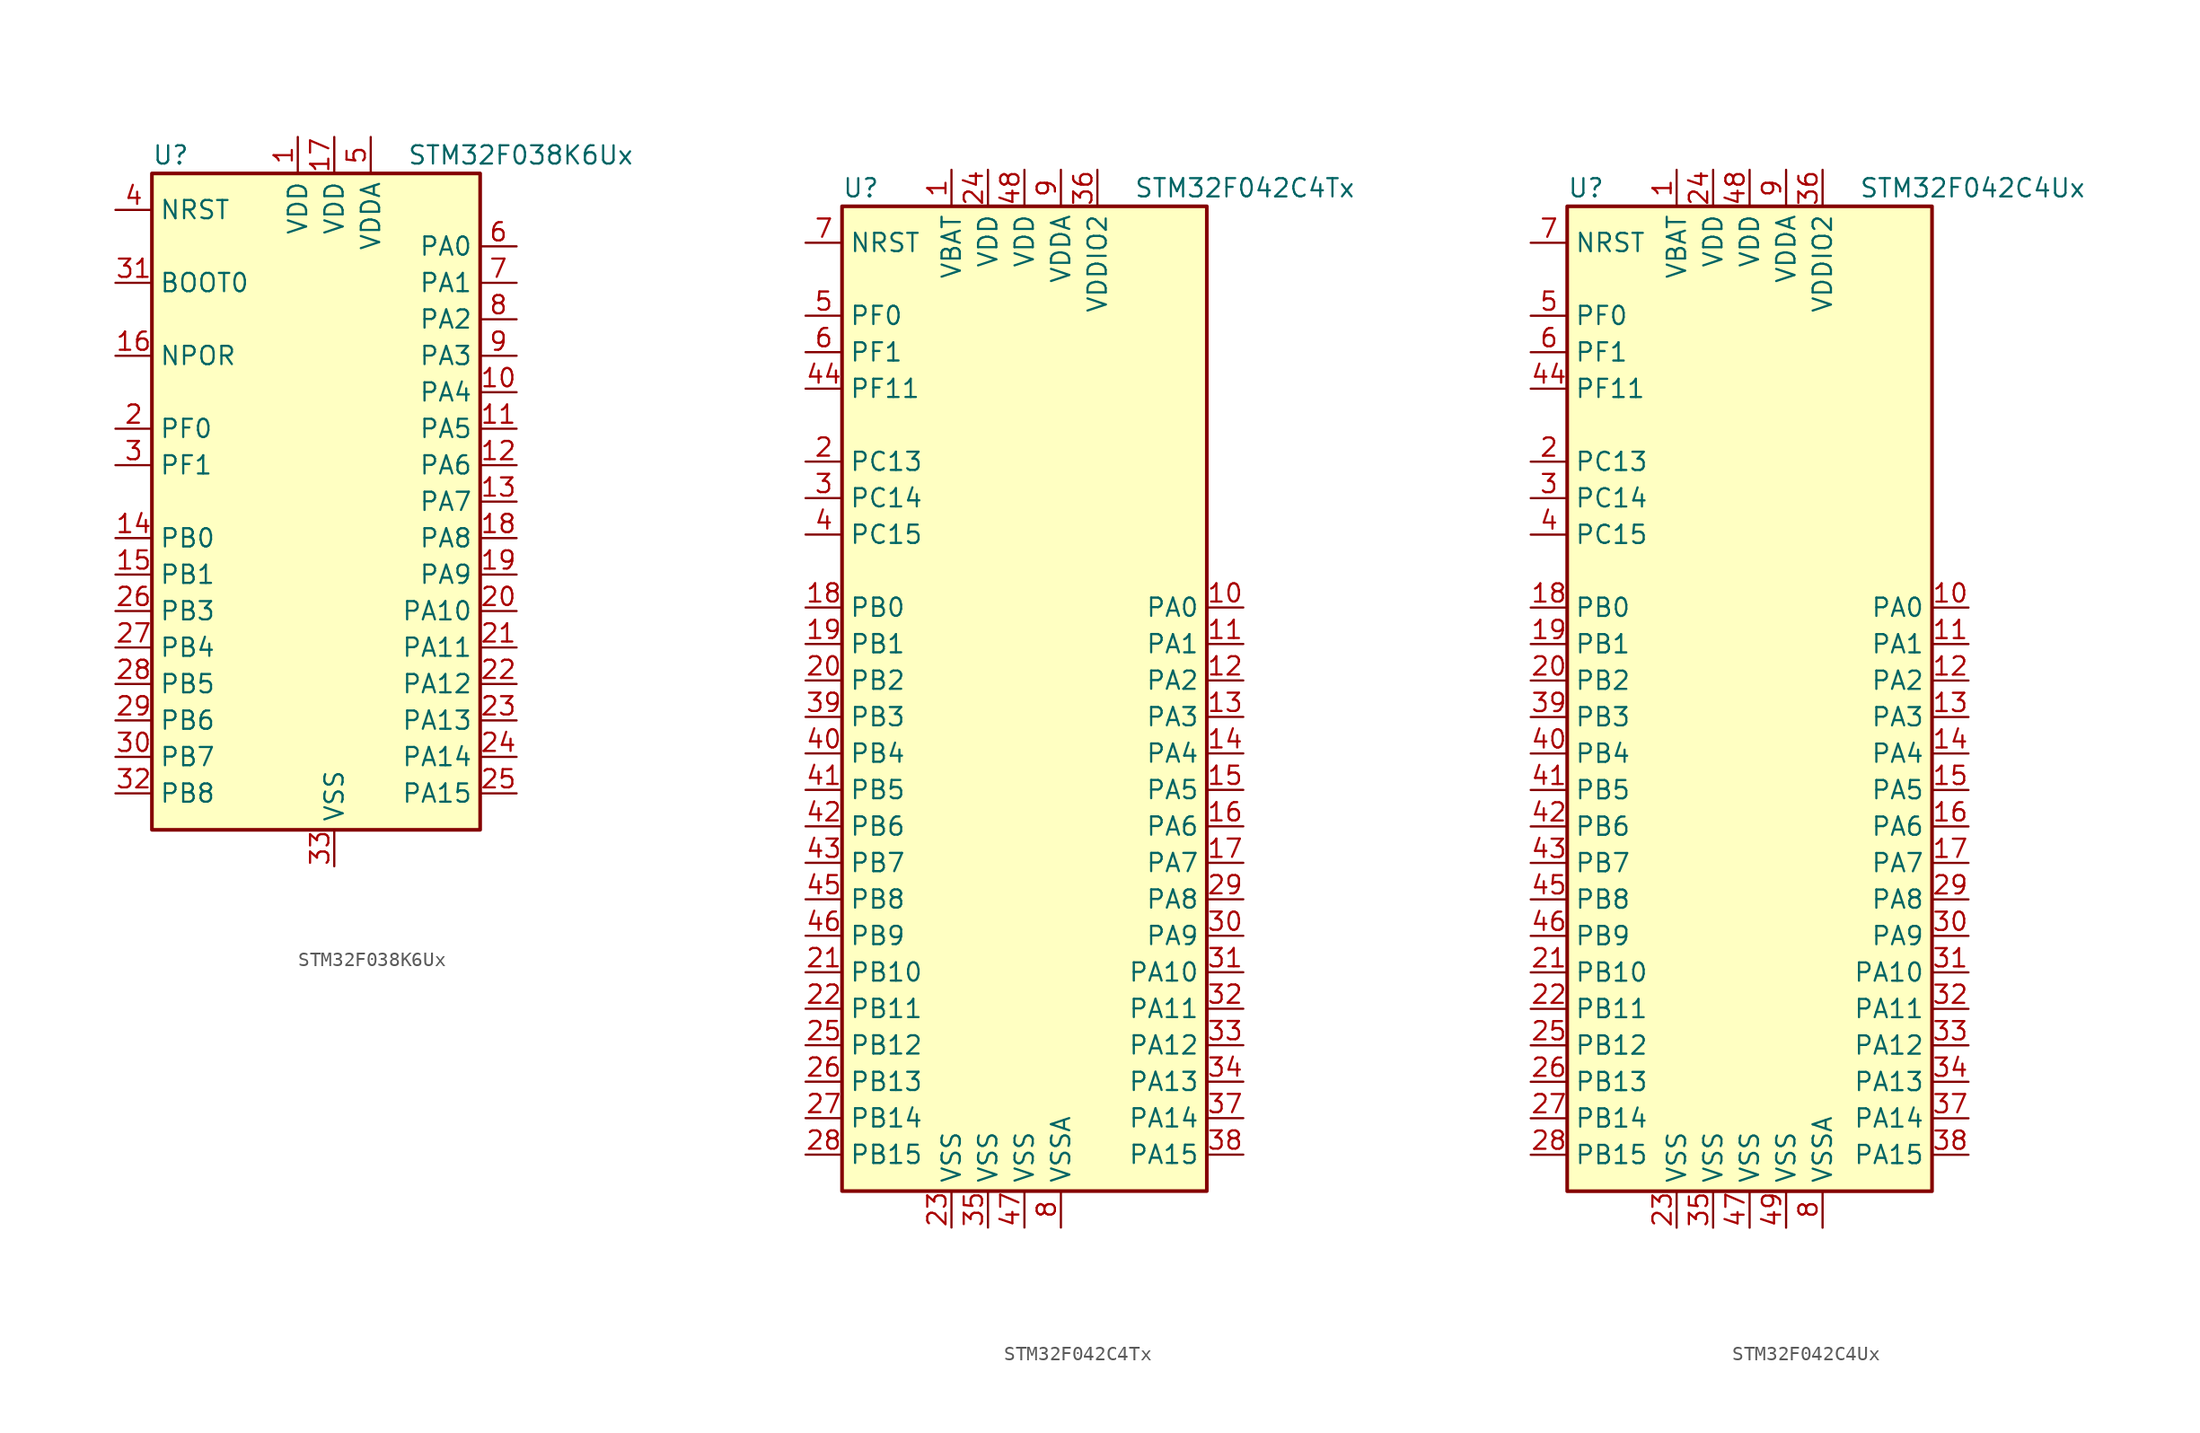
<source format=kicad_sym>
(kicad_symbol_lib
  (version 20211014)
  (generator kicad_symbol_editor)
  (symbol "STM32F038K6Ux"
    (property "Reference" "U"
      (at -12.7 24.13 0)
      (effects (font (size 1.27 1.27)) (justify left)))
    (property "Value" "STM32F038K6Ux"
      (at 5.08 24.13 0)
      (effects (font (size 1.27 1.27)) (justify left)))
    (symbol "STM32F038K6Ux_0_1"
      (rectangle (start -12.7 -22.86) (end 10.16 22.86) (stroke (width 0.254) (type default) (color 0 0 0 0)) (fill (type background))))
    (symbol "STM32F038K6Ux_1_1"
      (pin power_in line (at -2.54 25.4 270) (length 2.54) (name "VDD" (effects (font (size 1.27 1.27)))) (number "1" (effects (font (size 1.27 1.27)))))
      (pin bidirectional line (at 12.7 7.62 180) (length 2.54) (name "PA4" (effects (font (size 1.27 1.27)))) (number "10" (effects (font (size 1.27 1.27)))))
      (pin bidirectional line (at 12.7 5.08 180) (length 2.54) (name "PA5" (effects (font (size 1.27 1.27)))) (number "11" (effects (font (size 1.27 1.27)))))
      (pin bidirectional line (at 12.7 2.54 180) (length 2.54) (name "PA6" (effects (font (size 1.27 1.27)))) (number "12" (effects (font (size 1.27 1.27)))))
      (pin bidirectional line (at 12.7 0 180) (length 2.54) (name "PA7" (effects (font (size 1.27 1.27)))) (number "13" (effects (font (size 1.27 1.27)))))
      (pin bidirectional line (at -15.24 -2.54 0) (length 2.54) (name "PB0" (effects (font (size 1.27 1.27)))) (number "14" (effects (font (size 1.27 1.27)))))
      (pin bidirectional line (at -15.24 -5.08 0) (length 2.54) (name "PB1" (effects (font (size 1.27 1.27)))) (number "15" (effects (font (size 1.27 1.27)))))
      (pin power_in line (at -15.24 10.16 0) (length 2.54) (name "NPOR" (effects (font (size 1.27 1.27)))) (number "16" (effects (font (size 1.27 1.27)))))
      (pin power_in line (at 0 25.4 270) (length 2.54) (name "VDD" (effects (font (size 1.27 1.27)))) (number "17" (effects (font (size 1.27 1.27)))))
      (pin bidirectional line (at 12.7 -2.54 180) (length 2.54) (name "PA8" (effects (font (size 1.27 1.27)))) (number "18" (effects (font (size 1.27 1.27)))))
      (pin bidirectional line (at 12.7 -5.08 180) (length 2.54) (name "PA9" (effects (font (size 1.27 1.27)))) (number "19" (effects (font (size 1.27 1.27)))))
      (pin input line (at -15.24 5.08 0) (length 2.54) (name "PF0" (effects (font (size 1.27 1.27)))) (number "2" (effects (font (size 1.27 1.27)))))
      (pin bidirectional line (at 12.7 -7.62 180) (length 2.54) (name "PA10" (effects (font (size 1.27 1.27)))) (number "20" (effects (font (size 1.27 1.27)))))
      (pin bidirectional line (at 12.7 -10.16 180) (length 2.54) (name "PA11" (effects (font (size 1.27 1.27)))) (number "21" (effects (font (size 1.27 1.27)))))
      (pin bidirectional line (at 12.7 -12.7 180) (length 2.54) (name "PA12" (effects (font (size 1.27 1.27)))) (number "22" (effects (font (size 1.27 1.27)))))
      (pin bidirectional line (at 12.7 -15.24 180) (length 2.54) (name "PA13" (effects (font (size 1.27 1.27)))) (number "23" (effects (font (size 1.27 1.27)))))
      (pin bidirectional line (at 12.7 -17.78 180) (length 2.54) (name "PA14" (effects (font (size 1.27 1.27)))) (number "24" (effects (font (size 1.27 1.27)))))
      (pin bidirectional line (at 12.7 -20.32 180) (length 2.54) (name "PA15" (effects (font (size 1.27 1.27)))) (number "25" (effects (font (size 1.27 1.27)))))
      (pin bidirectional line (at -15.24 -7.62 0) (length 2.54) (name "PB3" (effects (font (size 1.27 1.27)))) (number "26" (effects (font (size 1.27 1.27)))))
      (pin bidirectional line (at -15.24 -10.16 0) (length 2.54) (name "PB4" (effects (font (size 1.27 1.27)))) (number "27" (effects (font (size 1.27 1.27)))))
      (pin bidirectional line (at -15.24 -12.7 0) (length 2.54) (name "PB5" (effects (font (size 1.27 1.27)))) (number "28" (effects (font (size 1.27 1.27)))))
      (pin bidirectional line (at -15.24 -15.24 0) (length 2.54) (name "PB6" (effects (font (size 1.27 1.27)))) (number "29" (effects (font (size 1.27 1.27)))))
      (pin input line (at -15.24 2.54 0) (length 2.54) (name "PF1" (effects (font (size 1.27 1.27)))) (number "3" (effects (font (size 1.27 1.27)))))
      (pin bidirectional line (at -15.24 -17.78 0) (length 2.54) (name "PB7" (effects (font (size 1.27 1.27)))) (number "30" (effects (font (size 1.27 1.27)))))
      (pin input line (at -15.24 15.24 0) (length 2.54) (name "BOOT0" (effects (font (size 1.27 1.27)))) (number "31" (effects (font (size 1.27 1.27)))))
      (pin bidirectional line (at -15.24 -20.32 0) (length 2.54) (name "PB8" (effects (font (size 1.27 1.27)))) (number "32" (effects (font (size 1.27 1.27)))))
      (pin power_in line (at 0 -25.4 90) (length 2.54) (name "VSS" (effects (font (size 1.27 1.27)))) (number "33" (effects (font (size 1.27 1.27)))))
      (pin input line (at -15.24 20.32 0) (length 2.54) (name "NRST" (effects (font (size 1.27 1.27)))) (number "4" (effects (font (size 1.27 1.27)))))
      (pin power_in line (at 2.54 25.4 270) (length 2.54) (name "VDDA" (effects (font (size 1.27 1.27)))) (number "5" (effects (font (size 1.27 1.27)))))
      (pin bidirectional line (at 12.7 17.78 180) (length 2.54) (name "PA0" (effects (font (size 1.27 1.27)))) (number "6" (effects (font (size 1.27 1.27)))))
      (pin bidirectional line (at 12.7 15.24 180) (length 2.54) (name "PA1" (effects (font (size 1.27 1.27)))) (number "7" (effects (font (size 1.27 1.27)))))
      (pin bidirectional line (at 12.7 12.7 180) (length 2.54) (name "PA2" (effects (font (size 1.27 1.27)))) (number "8" (effects (font (size 1.27 1.27)))))
      (pin bidirectional line (at 12.7 10.16 180) (length 2.54) (name "PA3" (effects (font (size 1.27 1.27)))) (number "9" (effects (font (size 1.27 1.27)))))))
  (symbol "STM32F042C4Tx"
    (property "Reference" "U"
      (at -12.7 34.29 0)
      (effects (font (size 1.27 1.27)) (justify left)))
    (property "Value" "STM32F042C4Tx"
      (at 7.62 34.29 0)
      (effects (font (size 1.27 1.27)) (justify left)))
    (symbol "STM32F042C4Tx_0_1"
      (rectangle (start -12.7 -35.56) (end 12.7 33.02) (stroke (width 0.254) (type default) (color 0 0 0 0)) (fill (type background))))
    (symbol "STM32F042C4Tx_1_1"
      (pin power_in line (at -5.08 35.56 270) (length 2.54) (name "VBAT" (effects (font (size 1.27 1.27)))) (number "1" (effects (font (size 1.27 1.27)))))
      (pin bidirectional line (at 15.24 5.08 180) (length 2.54) (name "PA0" (effects (font (size 1.27 1.27)))) (number "10" (effects (font (size 1.27 1.27)))))
      (pin bidirectional line (at 15.24 2.54 180) (length 2.54) (name "PA1" (effects (font (size 1.27 1.27)))) (number "11" (effects (font (size 1.27 1.27)))))
      (pin bidirectional line (at 15.24 0 180) (length 2.54) (name "PA2" (effects (font (size 1.27 1.27)))) (number "12" (effects (font (size 1.27 1.27)))))
      (pin bidirectional line (at 15.24 -2.54 180) (length 2.54) (name "PA3" (effects (font (size 1.27 1.27)))) (number "13" (effects (font (size 1.27 1.27)))))
      (pin bidirectional line (at 15.24 -5.08 180) (length 2.54) (name "PA4" (effects (font (size 1.27 1.27)))) (number "14" (effects (font (size 1.27 1.27)))))
      (pin bidirectional line (at 15.24 -7.62 180) (length 2.54) (name "PA5" (effects (font (size 1.27 1.27)))) (number "15" (effects (font (size 1.27 1.27)))))
      (pin bidirectional line (at 15.24 -10.16 180) (length 2.54) (name "PA6" (effects (font (size 1.27 1.27)))) (number "16" (effects (font (size 1.27 1.27)))))
      (pin bidirectional line (at 15.24 -12.7 180) (length 2.54) (name "PA7" (effects (font (size 1.27 1.27)))) (number "17" (effects (font (size 1.27 1.27)))))
      (pin bidirectional line (at -15.24 5.08 0) (length 2.54) (name "PB0" (effects (font (size 1.27 1.27)))) (number "18" (effects (font (size 1.27 1.27)))))
      (pin bidirectional line (at -15.24 2.54 0) (length 2.54) (name "PB1" (effects (font (size 1.27 1.27)))) (number "19" (effects (font (size 1.27 1.27)))))
      (pin bidirectional line (at -15.24 15.24 0) (length 2.54) (name "PC13" (effects (font (size 1.27 1.27)))) (number "2" (effects (font (size 1.27 1.27)))))
      (pin bidirectional line (at -15.24 0 0) (length 2.54) (name "PB2" (effects (font (size 1.27 1.27)))) (number "20" (effects (font (size 1.27 1.27)))))
      (pin bidirectional line (at -15.24 -20.32 0) (length 2.54) (name "PB10" (effects (font (size 1.27 1.27)))) (number "21" (effects (font (size 1.27 1.27)))))
      (pin bidirectional line (at -15.24 -22.86 0) (length 2.54) (name "PB11" (effects (font (size 1.27 1.27)))) (number "22" (effects (font (size 1.27 1.27)))))
      (pin power_in line (at -5.08 -38.1 90) (length 2.54) (name "VSS" (effects (font (size 1.27 1.27)))) (number "23" (effects (font (size 1.27 1.27)))))
      (pin power_in line (at -2.54 35.56 270) (length 2.54) (name "VDD" (effects (font (size 1.27 1.27)))) (number "24" (effects (font (size 1.27 1.27)))))
      (pin bidirectional line (at -15.24 -25.4 0) (length 2.54) (name "PB12" (effects (font (size 1.27 1.27)))) (number "25" (effects (font (size 1.27 1.27)))))
      (pin bidirectional line (at -15.24 -27.94 0) (length 2.54) (name "PB13" (effects (font (size 1.27 1.27)))) (number "26" (effects (font (size 1.27 1.27)))))
      (pin bidirectional line (at -15.24 -30.48 0) (length 2.54) (name "PB14" (effects (font (size 1.27 1.27)))) (number "27" (effects (font (size 1.27 1.27)))))
      (pin bidirectional line (at -15.24 -33.02 0) (length 2.54) (name "PB15" (effects (font (size 1.27 1.27)))) (number "28" (effects (font (size 1.27 1.27)))))
      (pin bidirectional line (at 15.24 -15.24 180) (length 2.54) (name "PA8" (effects (font (size 1.27 1.27)))) (number "29" (effects (font (size 1.27 1.27)))))
      (pin bidirectional line (at -15.24 12.7 0) (length 2.54) (name "PC14" (effects (font (size 1.27 1.27)))) (number "3" (effects (font (size 1.27 1.27)))))
      (pin bidirectional line (at 15.24 -17.78 180) (length 2.54) (name "PA9" (effects (font (size 1.27 1.27)))) (number "30" (effects (font (size 1.27 1.27)))))
      (pin bidirectional line (at 15.24 -20.32 180) (length 2.54) (name "PA10" (effects (font (size 1.27 1.27)))) (number "31" (effects (font (size 1.27 1.27)))))
      (pin bidirectional line (at 15.24 -22.86 180) (length 2.54) (name "PA11" (effects (font (size 1.27 1.27)))) (number "32" (effects (font (size 1.27 1.27)))))
      (pin bidirectional line (at 15.24 -25.4 180) (length 2.54) (name "PA12" (effects (font (size 1.27 1.27)))) (number "33" (effects (font (size 1.27 1.27)))))
      (pin bidirectional line (at 15.24 -27.94 180) (length 2.54) (name "PA13" (effects (font (size 1.27 1.27)))) (number "34" (effects (font (size 1.27 1.27)))))
      (pin power_in line (at -2.54 -38.1 90) (length 2.54) (name "VSS" (effects (font (size 1.27 1.27)))) (number "35" (effects (font (size 1.27 1.27)))))
      (pin power_in line (at 5.08 35.56 270) (length 2.54) (name "VDDIO2" (effects (font (size 1.27 1.27)))) (number "36" (effects (font (size 1.27 1.27)))))
      (pin bidirectional line (at 15.24 -30.48 180) (length 2.54) (name "PA14" (effects (font (size 1.27 1.27)))) (number "37" (effects (font (size 1.27 1.27)))))
      (pin bidirectional line (at 15.24 -33.02 180) (length 2.54) (name "PA15" (effects (font (size 1.27 1.27)))) (number "38" (effects (font (size 1.27 1.27)))))
      (pin bidirectional line (at -15.24 -2.54 0) (length 2.54) (name "PB3" (effects (font (size 1.27 1.27)))) (number "39" (effects (font (size 1.27 1.27)))))
      (pin bidirectional line (at -15.24 10.16 0) (length 2.54) (name "PC15" (effects (font (size 1.27 1.27)))) (number "4" (effects (font (size 1.27 1.27)))))
      (pin bidirectional line (at -15.24 -5.08 0) (length 2.54) (name "PB4" (effects (font (size 1.27 1.27)))) (number "40" (effects (font (size 1.27 1.27)))))
      (pin bidirectional line (at -15.24 -7.62 0) (length 2.54) (name "PB5" (effects (font (size 1.27 1.27)))) (number "41" (effects (font (size 1.27 1.27)))))
      (pin bidirectional line (at -15.24 -10.16 0) (length 2.54) (name "PB6" (effects (font (size 1.27 1.27)))) (number "42" (effects (font (size 1.27 1.27)))))
      (pin bidirectional line (at -15.24 -12.7 0) (length 2.54) (name "PB7" (effects (font (size 1.27 1.27)))) (number "43" (effects (font (size 1.27 1.27)))))
      (pin bidirectional line (at -15.24 20.32 0) (length 2.54) (name "PF11" (effects (font (size 1.27 1.27)))) (number "44" (effects (font (size 1.27 1.27)))))
      (pin bidirectional line (at -15.24 -15.24 0) (length 2.54) (name "PB8" (effects (font (size 1.27 1.27)))) (number "45" (effects (font (size 1.27 1.27)))))
      (pin bidirectional line (at -15.24 -17.78 0) (length 2.54) (name "PB9" (effects (font (size 1.27 1.27)))) (number "46" (effects (font (size 1.27 1.27)))))
      (pin power_in line (at 0 -38.1 90) (length 2.54) (name "VSS" (effects (font (size 1.27 1.27)))) (number "47" (effects (font (size 1.27 1.27)))))
      (pin power_in line (at 0 35.56 270) (length 2.54) (name "VDD" (effects (font (size 1.27 1.27)))) (number "48" (effects (font (size 1.27 1.27)))))
      (pin input line (at -15.24 25.4 0) (length 2.54) (name "PF0" (effects (font (size 1.27 1.27)))) (number "5" (effects (font (size 1.27 1.27)))))
      (pin input line (at -15.24 22.86 0) (length 2.54) (name "PF1" (effects (font (size 1.27 1.27)))) (number "6" (effects (font (size 1.27 1.27)))))
      (pin input line (at -15.24 30.48 0) (length 2.54) (name "NRST" (effects (font (size 1.27 1.27)))) (number "7" (effects (font (size 1.27 1.27)))))
      (pin power_in line (at 2.54 -38.1 90) (length 2.54) (name "VSSA" (effects (font (size 1.27 1.27)))) (number "8" (effects (font (size 1.27 1.27)))))
      (pin power_in line (at 2.54 35.56 270) (length 2.54) (name "VDDA" (effects (font (size 1.27 1.27)))) (number "9" (effects (font (size 1.27 1.27)))))))
  (symbol "STM32F042C4Ux"
    (property "Reference" "U"
      (at -12.7 34.29 0)
      (effects (font (size 1.27 1.27)) (justify left)))
    (property "Value" "STM32F042C4Ux"
      (at 7.62 34.29 0)
      (effects (font (size 1.27 1.27)) (justify left)))
    (symbol "STM32F042C4Ux_0_1"
      (rectangle (start -12.7 -35.56) (end 12.7 33.02) (stroke (width 0.254) (type default) (color 0 0 0 0)) (fill (type background))))
    (symbol "STM32F042C4Ux_1_1"
      (pin power_in line (at -5.08 35.56 270) (length 2.54) (name "VBAT" (effects (font (size 1.27 1.27)))) (number "1" (effects (font (size 1.27 1.27)))))
      (pin bidirectional line (at 15.24 5.08 180) (length 2.54) (name "PA0" (effects (font (size 1.27 1.27)))) (number "10" (effects (font (size 1.27 1.27)))))
      (pin bidirectional line (at 15.24 2.54 180) (length 2.54) (name "PA1" (effects (font (size 1.27 1.27)))) (number "11" (effects (font (size 1.27 1.27)))))
      (pin bidirectional line (at 15.24 0 180) (length 2.54) (name "PA2" (effects (font (size 1.27 1.27)))) (number "12" (effects (font (size 1.27 1.27)))))
      (pin bidirectional line (at 15.24 -2.54 180) (length 2.54) (name "PA3" (effects (font (size 1.27 1.27)))) (number "13" (effects (font (size 1.27 1.27)))))
      (pin bidirectional line (at 15.24 -5.08 180) (length 2.54) (name "PA4" (effects (font (size 1.27 1.27)))) (number "14" (effects (font (size 1.27 1.27)))))
      (pin bidirectional line (at 15.24 -7.62 180) (length 2.54) (name "PA5" (effects (font (size 1.27 1.27)))) (number "15" (effects (font (size 1.27 1.27)))))
      (pin bidirectional line (at 15.24 -10.16 180) (length 2.54) (name "PA6" (effects (font (size 1.27 1.27)))) (number "16" (effects (font (size 1.27 1.27)))))
      (pin bidirectional line (at 15.24 -12.7 180) (length 2.54) (name "PA7" (effects (font (size 1.27 1.27)))) (number "17" (effects (font (size 1.27 1.27)))))
      (pin bidirectional line (at -15.24 5.08 0) (length 2.54) (name "PB0" (effects (font (size 1.27 1.27)))) (number "18" (effects (font (size 1.27 1.27)))))
      (pin bidirectional line (at -15.24 2.54 0) (length 2.54) (name "PB1" (effects (font (size 1.27 1.27)))) (number "19" (effects (font (size 1.27 1.27)))))
      (pin bidirectional line (at -15.24 15.24 0) (length 2.54) (name "PC13" (effects (font (size 1.27 1.27)))) (number "2" (effects (font (size 1.27 1.27)))))
      (pin bidirectional line (at -15.24 0 0) (length 2.54) (name "PB2" (effects (font (size 1.27 1.27)))) (number "20" (effects (font (size 1.27 1.27)))))
      (pin bidirectional line (at -15.24 -20.32 0) (length 2.54) (name "PB10" (effects (font (size 1.27 1.27)))) (number "21" (effects (font (size 1.27 1.27)))))
      (pin bidirectional line (at -15.24 -22.86 0) (length 2.54) (name "PB11" (effects (font (size 1.27 1.27)))) (number "22" (effects (font (size 1.27 1.27)))))
      (pin power_in line (at -5.08 -38.1 90) (length 2.54) (name "VSS" (effects (font (size 1.27 1.27)))) (number "23" (effects (font (size 1.27 1.27)))))
      (pin power_in line (at -2.54 35.56 270) (length 2.54) (name "VDD" (effects (font (size 1.27 1.27)))) (number "24" (effects (font (size 1.27 1.27)))))
      (pin bidirectional line (at -15.24 -25.4 0) (length 2.54) (name "PB12" (effects (font (size 1.27 1.27)))) (number "25" (effects (font (size 1.27 1.27)))))
      (pin bidirectional line (at -15.24 -27.94 0) (length 2.54) (name "PB13" (effects (font (size 1.27 1.27)))) (number "26" (effects (font (size 1.27 1.27)))))
      (pin bidirectional line (at -15.24 -30.48 0) (length 2.54) (name "PB14" (effects (font (size 1.27 1.27)))) (number "27" (effects (font (size 1.27 1.27)))))
      (pin bidirectional line (at -15.24 -33.02 0) (length 2.54) (name "PB15" (effects (font (size 1.27 1.27)))) (number "28" (effects (font (size 1.27 1.27)))))
      (pin bidirectional line (at 15.24 -15.24 180) (length 2.54) (name "PA8" (effects (font (size 1.27 1.27)))) (number "29" (effects (font (size 1.27 1.27)))))
      (pin bidirectional line (at -15.24 12.7 0) (length 2.54) (name "PC14" (effects (font (size 1.27 1.27)))) (number "3" (effects (font (size 1.27 1.27)))))
      (pin bidirectional line (at 15.24 -17.78 180) (length 2.54) (name "PA9" (effects (font (size 1.27 1.27)))) (number "30" (effects (font (size 1.27 1.27)))))
      (pin bidirectional line (at 15.24 -20.32 180) (length 2.54) (name "PA10" (effects (font (size 1.27 1.27)))) (number "31" (effects (font (size 1.27 1.27)))))
      (pin bidirectional line (at 15.24 -22.86 180) (length 2.54) (name "PA11" (effects (font (size 1.27 1.27)))) (number "32" (effects (font (size 1.27 1.27)))))
      (pin bidirectional line (at 15.24 -25.4 180) (length 2.54) (name "PA12" (effects (font (size 1.27 1.27)))) (number "33" (effects (font (size 1.27 1.27)))))
      (pin bidirectional line (at 15.24 -27.94 180) (length 2.54) (name "PA13" (effects (font (size 1.27 1.27)))) (number "34" (effects (font (size 1.27 1.27)))))
      (pin power_in line (at -2.54 -38.1 90) (length 2.54) (name "VSS" (effects (font (size 1.27 1.27)))) (number "35" (effects (font (size 1.27 1.27)))))
      (pin power_in line (at 5.08 35.56 270) (length 2.54) (name "VDDIO2" (effects (font (size 1.27 1.27)))) (number "36" (effects (font (size 1.27 1.27)))))
      (pin bidirectional line (at 15.24 -30.48 180) (length 2.54) (name "PA14" (effects (font (size 1.27 1.27)))) (number "37" (effects (font (size 1.27 1.27)))))
      (pin bidirectional line (at 15.24 -33.02 180) (length 2.54) (name "PA15" (effects (font (size 1.27 1.27)))) (number "38" (effects (font (size 1.27 1.27)))))
      (pin bidirectional line (at -15.24 -2.54 0) (length 2.54) (name "PB3" (effects (font (size 1.27 1.27)))) (number "39" (effects (font (size 1.27 1.27)))))
      (pin bidirectional line (at -15.24 10.16 0) (length 2.54) (name "PC15" (effects (font (size 1.27 1.27)))) (number "4" (effects (font (size 1.27 1.27)))))
      (pin bidirectional line (at -15.24 -5.08 0) (length 2.54) (name "PB4" (effects (font (size 1.27 1.27)))) (number "40" (effects (font (size 1.27 1.27)))))
      (pin bidirectional line (at -15.24 -7.62 0) (length 2.54) (name "PB5" (effects (font (size 1.27 1.27)))) (number "41" (effects (font (size 1.27 1.27)))))
      (pin bidirectional line (at -15.24 -10.16 0) (length 2.54) (name "PB6" (effects (font (size 1.27 1.27)))) (number "42" (effects (font (size 1.27 1.27)))))
      (pin bidirectional line (at -15.24 -12.7 0) (length 2.54) (name "PB7" (effects (font (size 1.27 1.27)))) (number "43" (effects (font (size 1.27 1.27)))))
      (pin bidirectional line (at -15.24 20.32 0) (length 2.54) (name "PF11" (effects (font (size 1.27 1.27)))) (number "44" (effects (font (size 1.27 1.27)))))
      (pin bidirectional line (at -15.24 -15.24 0) (length 2.54) (name "PB8" (effects (font (size 1.27 1.27)))) (number "45" (effects (font (size 1.27 1.27)))))
      (pin bidirectional line (at -15.24 -17.78 0) (length 2.54) (name "PB9" (effects (font (size 1.27 1.27)))) (number "46" (effects (font (size 1.27 1.27)))))
      (pin power_in line (at 0 -38.1 90) (length 2.54) (name "VSS" (effects (font (size 1.27 1.27)))) (number "47" (effects (font (size 1.27 1.27)))))
      (pin power_in line (at 0 35.56 270) (length 2.54) (name "VDD" (effects (font (size 1.27 1.27)))) (number "48" (effects (font (size 1.27 1.27)))))
      (pin power_in line (at 2.54 -38.1 90) (length 2.54) (name "VSS" (effects (font (size 1.27 1.27)))) (number "49" (effects (font (size 1.27 1.27)))))
      (pin input line (at -15.24 25.4 0) (length 2.54) (name "PF0" (effects (font (size 1.27 1.27)))) (number "5" (effects (font (size 1.27 1.27)))))
      (pin input line (at -15.24 22.86 0) (length 2.54) (name "PF1" (effects (font (size 1.27 1.27)))) (number "6" (effects (font (size 1.27 1.27)))))
      (pin input line (at -15.24 30.48 0) (length 2.54) (name "NRST" (effects (font (size 1.27 1.27)))) (number "7" (effects (font (size 1.27 1.27)))))
      (pin power_in line (at 5.08 -38.1 90) (length 2.54) (name "VSSA" (effects (font (size 1.27 1.27)))) (number "8" (effects (font (size 1.27 1.27)))))
      (pin power_in line (at 2.54 35.56 270) (length 2.54) (name "VDDA" (effects (font (size 1.27 1.27)))) (number "9" (effects (font (size 1.27 1.27))))))))
</source>
